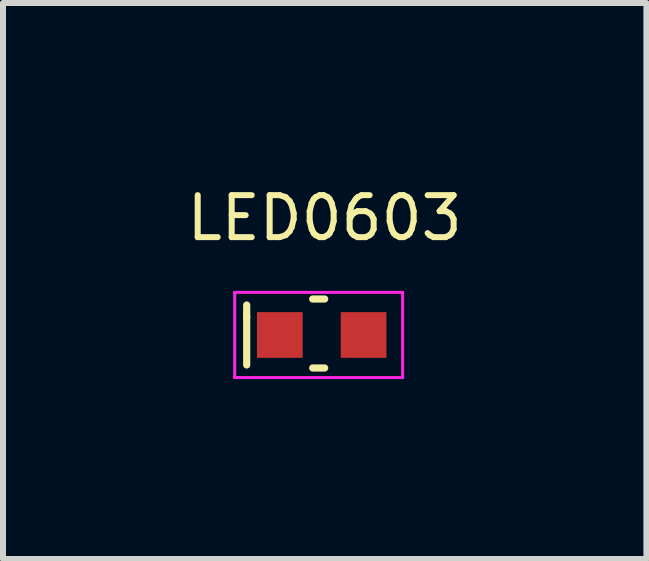
<source format=kicad_pcb>
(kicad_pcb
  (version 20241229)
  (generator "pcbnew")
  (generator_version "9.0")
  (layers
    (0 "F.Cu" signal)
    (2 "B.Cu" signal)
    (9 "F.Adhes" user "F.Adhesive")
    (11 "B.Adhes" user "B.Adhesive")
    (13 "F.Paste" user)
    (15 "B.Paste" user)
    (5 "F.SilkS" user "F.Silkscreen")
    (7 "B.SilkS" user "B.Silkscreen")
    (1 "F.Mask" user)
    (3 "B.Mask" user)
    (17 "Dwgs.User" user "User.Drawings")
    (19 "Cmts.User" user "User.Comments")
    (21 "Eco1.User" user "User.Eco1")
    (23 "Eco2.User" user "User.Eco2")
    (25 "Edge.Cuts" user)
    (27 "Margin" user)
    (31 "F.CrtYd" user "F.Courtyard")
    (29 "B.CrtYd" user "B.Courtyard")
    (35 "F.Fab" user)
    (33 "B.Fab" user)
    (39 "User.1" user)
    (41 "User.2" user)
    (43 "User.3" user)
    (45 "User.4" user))
  (footprint "LED0603"
    (layer "F.Cu")
    (at 2.263 2.535)
    (property "Reference" "LED0603" (at 0.1 -1.95 180) (layer "F.SilkS") (effects (font (size 0.7 0.7) (thickness 0.1))))
    (attr smd)
    (fp_line (start -1.2 -0.5) (end -1.2 -0.3) (stroke (width 0.12) (type solid)) (layer "F.SilkS"))
    (fp_line (start -1.2 -0.3) (end -1.2 0.5) (stroke (width 0.12) (type solid)) (layer "F.SilkS"))
    (fp_line (start -0.1 -0.6) (end 0.1 -0.6) (stroke (width 0.12) (type solid)) (layer "F.SilkS"))
    (fp_line (start -0.1 0.55) (end 0.1 0.55) (stroke (width 0.12) (type solid)) (layer "F.SilkS"))
    (fp_line (start -1.4 -0.71) (end 1.4 -0.71) (stroke (width 0.05) (type solid)) (layer "F.CrtYd"))
    (fp_line (start -1.4 0.71) (end -1.4 -0.71) (stroke (width 0.05) (type solid)) (layer "F.CrtYd"))
    (fp_line (start -1.4 0.71) (end 1.4 0.71) (stroke (width 0.05) (type solid)) (layer "F.CrtYd"))
    (fp_line (start 1.4 0.71) (end 1.4 -0.71) (stroke (width 0.05) (type solid)) (layer "F.CrtYd"))
    (pad "1" smd rect (at 0.749 0) (size 0.762 0.762) (layers "F.Cu" "F.Mask" "F.Paste"))
    (pad "2" smd rect (at -0.648 0) (size 0.762 0.762) (layers "F.Cu" "F.Mask" "F.Paste")))
  (gr_rect
    (start -3 -3)
    (end 7.727 6.27)
    (stroke (width 0.1) (type default))
    (fill no)
    (layer "Edge.Cuts")))
</source>
